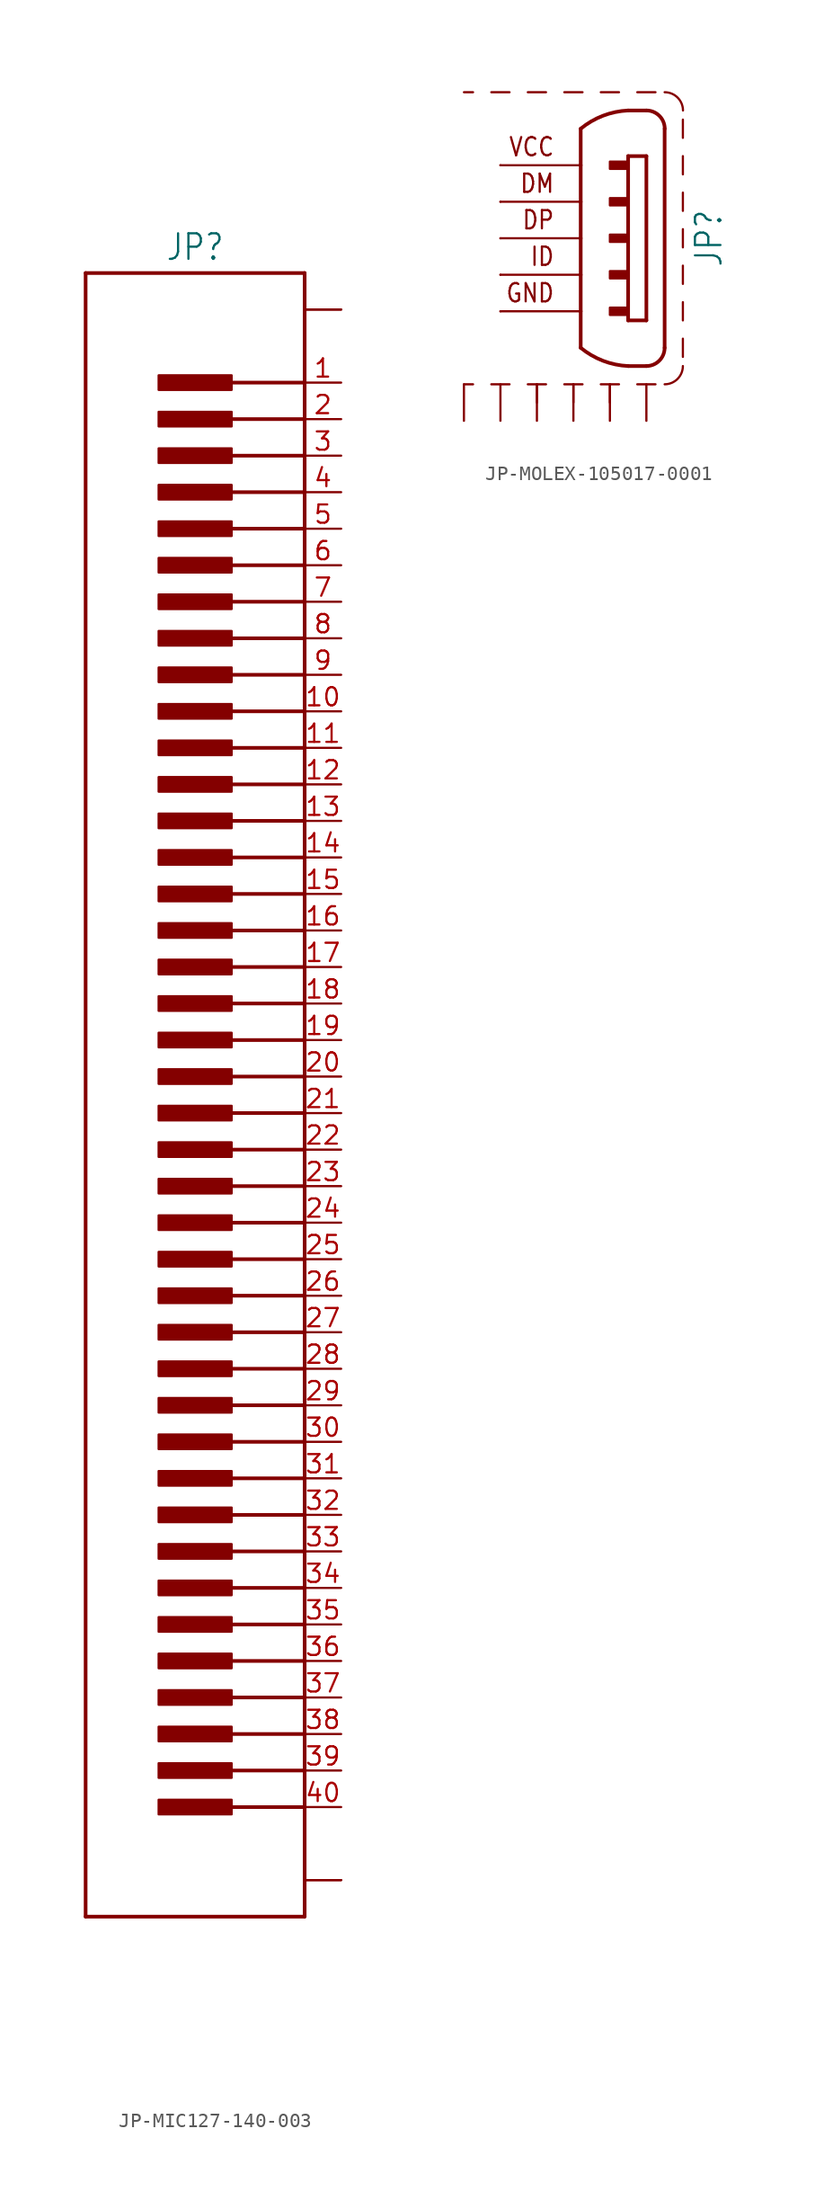
<source format=kicad_sym>
(kicad_symbol_lib
  (version 20231120)
  (generator "kicad_symbol_editor")
  (generator_version "8.0")
  (symbol "JP-MIC127-140-003"
    (property "Reference" "JP"
      (at 0 56.642 0)
      (effects (font (size 1.778 1.511)) (justify bottom)))
    (property "Value" ""
      (at 0 -59.182 0)
      (effects (font (size 1.778 1.511)) (justify top)))
    (property "ki_locked" ""
      (at 0 0 0)
      (effects (font (size 1.27 1.27))))
    (symbol "JP-MIC127-140-003_1_0"
      (rectangle (start -2.54 -51.308) (end 2.54 -50.292) (stroke (width 0) (type default)) (fill (type outline)))
      (rectangle (start -2.54 -48.768) (end 2.54 -47.752) (stroke (width 0) (type default)) (fill (type outline)))
      (rectangle (start -2.54 -46.228) (end 2.54 -45.212) (stroke (width 0) (type default)) (fill (type outline)))
      (rectangle (start -2.54 -43.688) (end 2.54 -42.672) (stroke (width 0) (type default)) (fill (type outline)))
      (rectangle (start -2.54 -41.148) (end 2.54 -40.132) (stroke (width 0) (type default)) (fill (type outline)))
      (rectangle (start -2.54 -38.608) (end 2.54 -37.592) (stroke (width 0) (type default)) (fill (type outline)))
      (rectangle (start -2.54 -36.068) (end 2.54 -35.052) (stroke (width 0) (type default)) (fill (type outline)))
      (rectangle (start -2.54 -33.528) (end 2.54 -32.512) (stroke (width 0) (type default)) (fill (type outline)))
      (rectangle (start -2.54 -30.988) (end 2.54 -29.972) (stroke (width 0) (type default)) (fill (type outline)))
      (rectangle (start -2.54 -28.448) (end 2.54 -27.432) (stroke (width 0) (type default)) (fill (type outline)))
      (rectangle (start -2.54 -25.908) (end 2.54 -24.892) (stroke (width 0) (type default)) (fill (type outline)))
      (rectangle (start -2.54 -23.368) (end 2.54 -22.352) (stroke (width 0) (type default)) (fill (type outline)))
      (rectangle (start -2.54 -20.828) (end 2.54 -19.812) (stroke (width 0) (type default)) (fill (type outline)))
      (rectangle (start -2.54 -18.288) (end 2.54 -17.272) (stroke (width 0) (type default)) (fill (type outline)))
      (rectangle (start -2.54 -15.748) (end 2.54 -14.732) (stroke (width 0) (type default)) (fill (type outline)))
      (rectangle (start -2.54 -13.208) (end 2.54 -12.192) (stroke (width 0) (type default)) (fill (type outline)))
      (rectangle (start -2.54 -10.668) (end 2.54 -9.652) (stroke (width 0) (type default)) (fill (type outline)))
      (rectangle (start -2.54 -8.128) (end 2.54 -7.112) (stroke (width 0) (type default)) (fill (type outline)))
      (rectangle (start -2.54 -5.588) (end 2.54 -4.572) (stroke (width 0) (type default)) (fill (type outline)))
      (rectangle (start -2.54 -3.048) (end 2.54 -2.032) (stroke (width 0) (type default)) (fill (type outline)))
      (rectangle (start -2.54 -0.508) (end 2.54 0.508) (stroke (width 0) (type default)) (fill (type outline)))
      (rectangle (start -2.54 2.032) (end 2.54 3.048) (stroke (width 0) (type default)) (fill (type outline)))
      (rectangle (start -2.54 4.572) (end 2.54 5.588) (stroke (width 0) (type default)) (fill (type outline)))
      (rectangle (start -2.54 7.112) (end 2.54 8.128) (stroke (width 0) (type default)) (fill (type outline)))
      (rectangle (start -2.54 9.652) (end 2.54 10.668) (stroke (width 0) (type default)) (fill (type outline)))
      (rectangle (start -2.54 12.192) (end 2.54 13.208) (stroke (width 0) (type default)) (fill (type outline)))
      (rectangle (start -2.54 14.732) (end 2.54 15.748) (stroke (width 0) (type default)) (fill (type outline)))
      (rectangle (start -2.54 17.272) (end 2.54 18.288) (stroke (width 0) (type default)) (fill (type outline)))
      (rectangle (start -2.54 19.812) (end 2.54 20.828) (stroke (width 0) (type default)) (fill (type outline)))
      (rectangle (start -2.54 22.352) (end 2.54 23.368) (stroke (width 0) (type default)) (fill (type outline)))
      (rectangle (start -2.54 24.892) (end 2.54 25.908) (stroke (width 0) (type default)) (fill (type outline)))
      (rectangle (start -2.54 27.432) (end 2.54 28.448) (stroke (width 0) (type default)) (fill (type outline)))
      (rectangle (start -2.54 29.972) (end 2.54 30.988) (stroke (width 0) (type default)) (fill (type outline)))
      (rectangle (start -2.54 32.512) (end 2.54 33.528) (stroke (width 0) (type default)) (fill (type outline)))
      (rectangle (start -2.54 35.052) (end 2.54 36.068) (stroke (width 0) (type default)) (fill (type outline)))
      (rectangle (start -2.54 37.592) (end 2.54 38.608) (stroke (width 0) (type default)) (fill (type outline)))
      (rectangle (start -2.54 40.132) (end 2.54 41.148) (stroke (width 0) (type default)) (fill (type outline)))
      (rectangle (start -2.54 42.672) (end 2.54 43.688) (stroke (width 0) (type default)) (fill (type outline)))
      (rectangle (start -2.54 45.212) (end 2.54 46.228) (stroke (width 0) (type default)) (fill (type outline)))
      (rectangle (start -2.54 47.752) (end 2.54 48.768) (stroke (width 0) (type default)) (fill (type outline)))
      (polyline (pts (xy -7.62 -58.42) (xy -7.62 55.88)) (stroke (width 0.254) (type solid)) (fill (type none)))
      (polyline (pts (xy -7.62 55.88) (xy 7.62 55.88)) (stroke (width 0.254) (type solid)) (fill (type none)))
      (polyline (pts (xy 7.62 -58.42) (xy -7.62 -58.42)) (stroke (width 0.254) (type solid)) (fill (type none)))
      (polyline (pts (xy 7.62 -50.8) (xy 2.54 -50.8)) (stroke (width 0.254) (type solid)) (fill (type none)))
      (polyline (pts (xy 7.62 -48.26) (xy 2.54 -48.26)) (stroke (width 0.254) (type solid)) (fill (type none)))
      (polyline (pts (xy 7.62 -45.72) (xy 2.54 -45.72)) (stroke (width 0.254) (type solid)) (fill (type none)))
      (polyline (pts (xy 7.62 -43.18) (xy 2.54 -43.18)) (stroke (width 0.254) (type solid)) (fill (type none)))
      (polyline (pts (xy 7.62 -40.64) (xy 2.54 -40.64)) (stroke (width 0.254) (type solid)) (fill (type none)))
      (polyline (pts (xy 7.62 -38.1) (xy 2.54 -38.1)) (stroke (width 0.254) (type solid)) (fill (type none)))
      (polyline (pts (xy 7.62 -35.56) (xy 2.54 -35.56)) (stroke (width 0.254) (type solid)) (fill (type none)))
      (polyline (pts (xy 7.62 -33.02) (xy 2.54 -33.02)) (stroke (width 0.254) (type solid)) (fill (type none)))
      (polyline (pts (xy 7.62 -30.48) (xy 2.54 -30.48)) (stroke (width 0.254) (type solid)) (fill (type none)))
      (polyline (pts (xy 7.62 -27.94) (xy 2.54 -27.94)) (stroke (width 0.254) (type solid)) (fill (type none)))
      (polyline (pts (xy 7.62 -25.4) (xy 2.54 -25.4)) (stroke (width 0.254) (type solid)) (fill (type none)))
      (polyline (pts (xy 7.62 -22.86) (xy 2.54 -22.86)) (stroke (width 0.254) (type solid)) (fill (type none)))
      (polyline (pts (xy 7.62 -20.32) (xy 2.54 -20.32)) (stroke (width 0.254) (type solid)) (fill (type none)))
      (polyline (pts (xy 7.62 -17.78) (xy 2.54 -17.78)) (stroke (width 0.254) (type solid)) (fill (type none)))
      (polyline (pts (xy 7.62 -15.24) (xy 2.54 -15.24)) (stroke (width 0.254) (type solid)) (fill (type none)))
      (polyline (pts (xy 7.62 -12.7) (xy 2.54 -12.7)) (stroke (width 0.254) (type solid)) (fill (type none)))
      (polyline (pts (xy 7.62 -10.16) (xy 2.54 -10.16)) (stroke (width 0.254) (type solid)) (fill (type none)))
      (polyline (pts (xy 7.62 -7.62) (xy 2.54 -7.62)) (stroke (width 0.254) (type solid)) (fill (type none)))
      (polyline (pts (xy 7.62 -5.08) (xy 2.54 -5.08)) (stroke (width 0.254) (type solid)) (fill (type none)))
      (polyline (pts (xy 7.62 -2.54) (xy 2.54 -2.54)) (stroke (width 0.254) (type solid)) (fill (type none)))
      (polyline (pts (xy 7.62 0) (xy 2.54 0)) (stroke (width 0.254) (type solid)) (fill (type none)))
      (polyline (pts (xy 7.62 2.54) (xy 2.54 2.54)) (stroke (width 0.254) (type solid)) (fill (type none)))
      (polyline (pts (xy 7.62 5.08) (xy 2.54 5.08)) (stroke (width 0.254) (type solid)) (fill (type none)))
      (polyline (pts (xy 7.62 7.62) (xy 2.54 7.62)) (stroke (width 0.254) (type solid)) (fill (type none)))
      (polyline (pts (xy 7.62 10.16) (xy 2.54 10.16)) (stroke (width 0.254) (type solid)) (fill (type none)))
      (polyline (pts (xy 7.62 12.7) (xy 2.54 12.7)) (stroke (width 0.254) (type solid)) (fill (type none)))
      (polyline (pts (xy 7.62 15.24) (xy 2.54 15.24)) (stroke (width 0.254) (type solid)) (fill (type none)))
      (polyline (pts (xy 7.62 17.78) (xy 2.54 17.78)) (stroke (width 0.254) (type solid)) (fill (type none)))
      (polyline (pts (xy 7.62 20.32) (xy 2.54 20.32)) (stroke (width 0.254) (type solid)) (fill (type none)))
      (polyline (pts (xy 7.62 22.86) (xy 2.54 22.86)) (stroke (width 0.254) (type solid)) (fill (type none)))
      (polyline (pts (xy 7.62 25.4) (xy 2.54 25.4)) (stroke (width 0.254) (type solid)) (fill (type none)))
      (polyline (pts (xy 7.62 27.94) (xy 2.54 27.94)) (stroke (width 0.254) (type solid)) (fill (type none)))
      (polyline (pts (xy 7.62 30.48) (xy 2.54 30.48)) (stroke (width 0.254) (type solid)) (fill (type none)))
      (polyline (pts (xy 7.62 33.02) (xy 2.54 33.02)) (stroke (width 0.254) (type solid)) (fill (type none)))
      (polyline (pts (xy 7.62 35.56) (xy 2.54 35.56)) (stroke (width 0.254) (type solid)) (fill (type none)))
      (polyline (pts (xy 7.62 38.1) (xy 2.54 38.1)) (stroke (width 0.254) (type solid)) (fill (type none)))
      (polyline (pts (xy 7.62 40.64) (xy 2.54 40.64)) (stroke (width 0.254) (type solid)) (fill (type none)))
      (polyline (pts (xy 7.62 43.18) (xy 2.54 43.18)) (stroke (width 0.254) (type solid)) (fill (type none)))
      (polyline (pts (xy 7.62 45.72) (xy 2.54 45.72)) (stroke (width 0.254) (type solid)) (fill (type none)))
      (polyline (pts (xy 7.62 48.26) (xy 2.54 48.26)) (stroke (width 0.254) (type solid)) (fill (type none)))
      (polyline (pts (xy 7.62 48.26) (xy 7.62 -58.42)) (stroke (width 0.254) (type solid)) (fill (type none)))
      (polyline (pts (xy 7.62 55.88) (xy 7.62 48.26)) (stroke (width 0.254) (type solid)) (fill (type none)))
      (pin passive line (at 10.16 48.26 180) (length 2.54) (name "1" (effects (font (size 0 0)))) (number "1" (effects (font (size 1.27 1.27)))))
      (pin passive line (at 10.16 25.4 180) (length 2.54) (name "10" (effects (font (size 0 0)))) (number "10" (effects (font (size 1.27 1.27)))))
      (pin passive line (at 10.16 22.86 180) (length 2.54) (name "11" (effects (font (size 0 0)))) (number "11" (effects (font (size 1.27 1.27)))))
      (pin passive line (at 10.16 20.32 180) (length 2.54) (name "12" (effects (font (size 0 0)))) (number "12" (effects (font (size 1.27 1.27)))))
      (pin passive line (at 10.16 17.78 180) (length 2.54) (name "13" (effects (font (size 0 0)))) (number "13" (effects (font (size 1.27 1.27)))))
      (pin passive line (at 10.16 15.24 180) (length 2.54) (name "14" (effects (font (size 0 0)))) (number "14" (effects (font (size 1.27 1.27)))))
      (pin passive line (at 10.16 12.7 180) (length 2.54) (name "15" (effects (font (size 0 0)))) (number "15" (effects (font (size 1.27 1.27)))))
      (pin passive line (at 10.16 10.16 180) (length 2.54) (name "16" (effects (font (size 0 0)))) (number "16" (effects (font (size 1.27 1.27)))))
      (pin passive line (at 10.16 7.62 180) (length 2.54) (name "17" (effects (font (size 0 0)))) (number "17" (effects (font (size 1.27 1.27)))))
      (pin passive line (at 10.16 5.08 180) (length 2.54) (name "18" (effects (font (size 0 0)))) (number "18" (effects (font (size 1.27 1.27)))))
      (pin passive line (at 10.16 2.54 180) (length 2.54) (name "19" (effects (font (size 0 0)))) (number "19" (effects (font (size 1.27 1.27)))))
      (pin passive line (at 10.16 45.72 180) (length 2.54) (name "2" (effects (font (size 0 0)))) (number "2" (effects (font (size 1.27 1.27)))))
      (pin passive line (at 10.16 0 180) (length 2.54) (name "20" (effects (font (size 0 0)))) (number "20" (effects (font (size 1.27 1.27)))))
      (pin passive line (at 10.16 -2.54 180) (length 2.54) (name "21" (effects (font (size 0 0)))) (number "21" (effects (font (size 1.27 1.27)))))
      (pin passive line (at 10.16 -5.08 180) (length 2.54) (name "22" (effects (font (size 0 0)))) (number "22" (effects (font (size 1.27 1.27)))))
      (pin passive line (at 10.16 -7.62 180) (length 2.54) (name "23" (effects (font (size 0 0)))) (number "23" (effects (font (size 1.27 1.27)))))
      (pin passive line (at 10.16 -10.16 180) (length 2.54) (name "24" (effects (font (size 0 0)))) (number "24" (effects (font (size 1.27 1.27)))))
      (pin passive line (at 10.16 -12.7 180) (length 2.54) (name "25" (effects (font (size 0 0)))) (number "25" (effects (font (size 1.27 1.27)))))
      (pin passive line (at 10.16 -15.24 180) (length 2.54) (name "26" (effects (font (size 0 0)))) (number "26" (effects (font (size 1.27 1.27)))))
      (pin passive line (at 10.16 -17.78 180) (length 2.54) (name "27" (effects (font (size 0 0)))) (number "27" (effects (font (size 1.27 1.27)))))
      (pin passive line (at 10.16 -20.32 180) (length 2.54) (name "28" (effects (font (size 0 0)))) (number "28" (effects (font (size 1.27 1.27)))))
      (pin passive line (at 10.16 -22.86 180) (length 2.54) (name "29" (effects (font (size 0 0)))) (number "29" (effects (font (size 1.27 1.27)))))
      (pin passive line (at 10.16 43.18 180) (length 2.54) (name "3" (effects (font (size 0 0)))) (number "3" (effects (font (size 1.27 1.27)))))
      (pin passive line (at 10.16 -25.4 180) (length 2.54) (name "30" (effects (font (size 0 0)))) (number "30" (effects (font (size 1.27 1.27)))))
      (pin passive line (at 10.16 -27.94 180) (length 2.54) (name "31" (effects (font (size 0 0)))) (number "31" (effects (font (size 1.27 1.27)))))
      (pin passive line (at 10.16 -30.48 180) (length 2.54) (name "32" (effects (font (size 0 0)))) (number "32" (effects (font (size 1.27 1.27)))))
      (pin passive line (at 10.16 -33.02 180) (length 2.54) (name "33" (effects (font (size 0 0)))) (number "33" (effects (font (size 1.27 1.27)))))
      (pin passive line (at 10.16 -35.56 180) (length 2.54) (name "34" (effects (font (size 0 0)))) (number "34" (effects (font (size 1.27 1.27)))))
      (pin passive line (at 10.16 -38.1 180) (length 2.54) (name "35" (effects (font (size 0 0)))) (number "35" (effects (font (size 1.27 1.27)))))
      (pin passive line (at 10.16 -40.64 180) (length 2.54) (name "36" (effects (font (size 0 0)))) (number "36" (effects (font (size 1.27 1.27)))))
      (pin passive line (at 10.16 -43.18 180) (length 2.54) (name "37" (effects (font (size 0 0)))) (number "37" (effects (font (size 1.27 1.27)))))
      (pin passive line (at 10.16 -45.72 180) (length 2.54) (name "38" (effects (font (size 0 0)))) (number "38" (effects (font (size 1.27 1.27)))))
      (pin passive line (at 10.16 -48.26 180) (length 2.54) (name "39" (effects (font (size 0 0)))) (number "39" (effects (font (size 1.27 1.27)))))
      (pin passive line (at 10.16 40.64 180) (length 2.54) (name "4" (effects (font (size 0 0)))) (number "4" (effects (font (size 1.27 1.27)))))
      (pin passive line (at 10.16 -50.8 180) (length 2.54) (name "40" (effects (font (size 0 0)))) (number "40" (effects (font (size 1.27 1.27)))))
      (pin passive line (at 10.16 38.1 180) (length 2.54) (name "5" (effects (font (size 0 0)))) (number "5" (effects (font (size 1.27 1.27)))))
      (pin passive line (at 10.16 35.56 180) (length 2.54) (name "6" (effects (font (size 0 0)))) (number "6" (effects (font (size 1.27 1.27)))))
      (pin passive line (at 10.16 33.02 180) (length 2.54) (name "7" (effects (font (size 0 0)))) (number "7" (effects (font (size 1.27 1.27)))))
      (pin passive line (at 10.16 30.48 180) (length 2.54) (name "8" (effects (font (size 0 0)))) (number "8" (effects (font (size 1.27 1.27)))))
      (pin passive line (at 10.16 27.94 180) (length 2.54) (name "9" (effects (font (size 0 0)))) (number "9" (effects (font (size 1.27 1.27)))))
      (pin passive line (at 10.16 53.34 180) (length 2.54) (name "A" (effects (font (size 0 0)))) (number "A1" (effects (font (size 0 0)))))
      (pin passive line (at 10.16 53.34 180) (length 2.54) (name "A" (effects (font (size 0 0)))) (number "A2" (effects (font (size 0 0)))))
      (pin passive line (at 10.16 -55.88 180) (length 2.54) (name "B" (effects (font (size 0 0)))) (number "B1" (effects (font (size 0 0)))))
      (pin passive line (at 10.16 -55.88 180) (length 2.54) (name "B" (effects (font (size 0 0)))) (number "B2" (effects (font (size 0 0)))))))
  (symbol "JP-MOLEX-105017-0001"
    (property "Reference" "JP"
      (at 5.842 0 90)
      (effects (font (size 1.778 1.511)) (justify top)))
    (property "Value" ""
      (at 8.382 0 90)
      (effects (font (size 1.778 1.511)) (justify top)))
    (property "ki_locked" ""
      (at 0 0 0)
      (effects (font (size 1.27 1.27))))
    (symbol "JP-MOLEX-105017-0001_1_0"
      (arc (start -2.032 -7.6201) (mid -0.484 -8.523) (end 1.27 -8.89) (stroke (width 0.254) (type solid)) (fill (type none)))
      (polyline (pts (xy -10.16 -10.16) (xy -9.525 -10.16)) (stroke (width 0.152) (type solid)) (fill (type none)))
      (polyline (pts (xy -10.16 10.16) (xy -9.525 10.16)) (stroke (width 0.152) (type solid)) (fill (type none)))
      (polyline (pts (xy -8.255 10.16) (xy -6.985 10.16)) (stroke (width 0.152) (type solid)) (fill (type none)))
      (polyline (pts (xy -7.62 -5.08) (xy -2.032 -5.08)) (stroke (width 0.152) (type solid)) (fill (type none)))
      (polyline (pts (xy -7.62 -2.54) (xy -2.032 -2.54)) (stroke (width 0.152) (type solid)) (fill (type none)))
      (polyline (pts (xy -7.62 0) (xy -2.032 0)) (stroke (width 0.152) (type solid)) (fill (type none)))
      (polyline (pts (xy -7.62 2.54) (xy -2.032 2.54)) (stroke (width 0.152) (type solid)) (fill (type none)))
      (polyline (pts (xy -7.62 5.08) (xy -2.032 5.08)) (stroke (width 0.152) (type solid)) (fill (type none)))
      (polyline (pts (xy -6.985 -10.16) (xy -8.255 -10.16)) (stroke (width 0.152) (type solid)) (fill (type none)))
      (polyline (pts (xy -5.715 10.16) (xy -4.445 10.16)) (stroke (width 0.152) (type solid)) (fill (type none)))
      (polyline (pts (xy -5.08 -11.43) (xy -5.08 -10.16)) (stroke (width 0.152) (type solid)) (fill (type none)))
      (polyline (pts (xy -4.445 -10.16) (xy -5.715 -10.16)) (stroke (width 0.152) (type solid)) (fill (type none)))
      (polyline (pts (xy -3.175 10.16) (xy -1.905 10.16)) (stroke (width 0.152) (type solid)) (fill (type none)))
      (polyline (pts (xy -2.54 -11.43) (xy -2.54 -10.16)) (stroke (width 0.152) (type solid)) (fill (type none)))
      (polyline (pts (xy -2.032 -7.62) (xy -2.032 -5.08)) (stroke (width 0.254) (type solid)) (fill (type none)))
      (polyline (pts (xy -2.032 -5.08) (xy -2.032 -2.54)) (stroke (width 0.254) (type solid)) (fill (type none)))
      (polyline (pts (xy -2.032 -2.54) (xy -2.032 0)) (stroke (width 0.254) (type solid)) (fill (type none)))
      (polyline (pts (xy -2.032 0) (xy -2.032 2.54)) (stroke (width 0.254) (type solid)) (fill (type none)))
      (polyline (pts (xy -2.032 2.54) (xy -2.032 5.08)) (stroke (width 0.254) (type solid)) (fill (type none)))
      (polyline (pts (xy -2.032 5.08) (xy -2.032 7.62)) (stroke (width 0.254) (type solid)) (fill (type none)))
      (polyline (pts (xy -1.905 -10.16) (xy -3.175 -10.16)) (stroke (width 0.152) (type solid)) (fill (type none)))
      (polyline (pts (xy -0.635 10.16) (xy 0.635 10.16)) (stroke (width 0.152) (type solid)) (fill (type none)))
      (polyline (pts (xy 0 -11.43) (xy 0 -10.16)) (stroke (width 0.152) (type solid)) (fill (type none)))
      (polyline (pts (xy 0.635 -10.16) (xy -0.635 -10.16)) (stroke (width 0.152) (type solid)) (fill (type none)))
      (polyline (pts (xy 1.27 -8.89) (xy 2.54 -8.89)) (stroke (width 0.254) (type solid)) (fill (type none)))
      (polyline (pts (xy 1.27 -5.715) (xy 1.27 5.715)) (stroke (width 0.254) (type solid)) (fill (type none)))
      (polyline (pts (xy 1.27 5.715) (xy 2.54 5.715)) (stroke (width 0.254) (type solid)) (fill (type none)))
      (polyline (pts (xy 1.27 8.89) (xy 2.54 8.89)) (stroke (width 0.254) (type solid)) (fill (type none)))
      (polyline (pts (xy 1.905 10.16) (xy 3.175 10.16)) (stroke (width 0.152) (type solid)) (fill (type none)))
      (polyline (pts (xy 2.54 -5.715) (xy 1.27 -5.715)) (stroke (width 0.254) (type solid)) (fill (type none)))
      (polyline (pts (xy 2.54 -5.715) (xy 2.54 5.715)) (stroke (width 0.254) (type solid)) (fill (type none)))
      (polyline (pts (xy 3.175 -10.16) (xy 1.905 -10.16)) (stroke (width 0.152) (type solid)) (fill (type none)))
      (polyline (pts (xy 3.81 -7.62) (xy 3.81 7.62)) (stroke (width 0.254) (type solid)) (fill (type none)))
      (polyline (pts (xy 5.08 -8.255) (xy 5.08 -6.985)) (stroke (width 0.152) (type solid)) (fill (type none)))
      (polyline (pts (xy 5.08 -5.715) (xy 5.08 -4.445)) (stroke (width 0.152) (type solid)) (fill (type none)))
      (polyline (pts (xy 5.08 -3.175) (xy 5.08 -1.905)) (stroke (width 0.152) (type solid)) (fill (type none)))
      (polyline (pts (xy 5.08 -0.635) (xy 5.08 0.635)) (stroke (width 0.152) (type solid)) (fill (type none)))
      (polyline (pts (xy 5.08 1.905) (xy 5.08 3.175)) (stroke (width 0.152) (type solid)) (fill (type none)))
      (polyline (pts (xy 5.08 4.445) (xy 5.08 5.715)) (stroke (width 0.152) (type solid)) (fill (type none)))
      (polyline (pts (xy 5.08 6.985) (xy 5.08 8.255)) (stroke (width 0.152) (type solid)) (fill (type none)))
      (rectangle (start 1.27 -4.826) (end 0 -5.334) (stroke (width 0) (type default)) (fill (type outline)))
      (rectangle (start 1.27 -2.286) (end 0 -2.794) (stroke (width 0) (type default)) (fill (type outline)))
      (rectangle (start 1.27 0.254) (end 0 -0.254) (stroke (width 0) (type default)) (fill (type outline)))
      (rectangle (start 1.27 2.794) (end 0 2.286) (stroke (width 0) (type default)) (fill (type outline)))
      (rectangle (start 1.27 5.334) (end 0 4.826) (stroke (width 0) (type default)) (fill (type outline)))
      (arc (start 1.27 8.89) (mid -0.484 8.523) (end -2.032 7.6201) (stroke (width 0.254) (type solid)) (fill (type none)))
      (arc (start 2.54 -8.89) (mid 3.438 -8.518) (end 3.81 -7.62) (stroke (width 0.254) (type solid)) (fill (type none)))
      (arc (start 3.81 -10.16) (mid 4.708 -9.788) (end 5.08 -8.89) (stroke (width 0.1524) (type solid)) (fill (type none)))
      (arc (start 3.81 7.62) (mid 3.438 8.518) (end 2.54 8.89) (stroke (width 0.254) (type solid)) (fill (type none)))
      (arc (start 5.08 8.89) (mid 4.708 9.788) (end 3.81 10.16) (stroke (width 0.1524) (type solid)) (fill (type none)))
      (text "DM" (at -3.81 3.81 0) (effects (font (size 1.27 1.079)) (justify right)))
      (text "DP" (at -3.81 1.27 0) (effects (font (size 1.27 1.079)) (justify right)))
      (text "GND" (at -3.81 -3.81 0) (effects (font (size 1.27 1.079)) (justify right)))
      (text "ID" (at -3.81 -1.27 0) (effects (font (size 1.27 1.079)) (justify right)))
      (text "VCC" (at -3.81 6.35 0) (effects (font (size 1.27 1.079)) (justify right)))
      (pin passive line (at -7.62 5.08 0) (length 0) (name "1" (effects (font (size 0 0)))) (number "1" (effects (font (size 0 0)))))
      (pin passive line (at -7.62 2.54 0) (length 0) (name "2" (effects (font (size 0 0)))) (number "2" (effects (font (size 0 0)))))
      (pin passive line (at -7.62 0 0) (length 0) (name "3" (effects (font (size 0 0)))) (number "3" (effects (font (size 0 0)))))
      (pin passive line (at -7.62 -2.54 0) (length 0) (name "4" (effects (font (size 0 0)))) (number "4" (effects (font (size 0 0)))))
      (pin passive line (at -7.62 -5.08 0) (length 0) (name "5" (effects (font (size 0 0)))) (number "5" (effects (font (size 0 0)))))
      (pin passive line (at -10.16 -12.7 90) (length 2.54) (name "S1" (effects (font (size 0 0)))) (number "S1" (effects (font (size 0 0)))))
      (pin passive line (at -7.62 -12.7 90) (length 2.54) (name "S2" (effects (font (size 0 0)))) (number "S2" (effects (font (size 0 0)))))
      (pin passive line (at -5.08 -12.7 90) (length 2.54) (name "S3" (effects (font (size 0 0)))) (number "S3" (effects (font (size 0 0)))))
      (pin passive line (at -2.54 -12.7 90) (length 2.54) (name "S4" (effects (font (size 0 0)))) (number "S4" (effects (font (size 0 0)))))
      (pin passive line (at 0 -12.7 90) (length 2.54) (name "S5" (effects (font (size 0 0)))) (number "S5" (effects (font (size 0 0)))))
      (pin passive line (at 2.54 -12.7 90) (length 2.54) (name "S6" (effects (font (size 0 0)))) (number "S6" (effects (font (size 0 0))))))))
</source>
